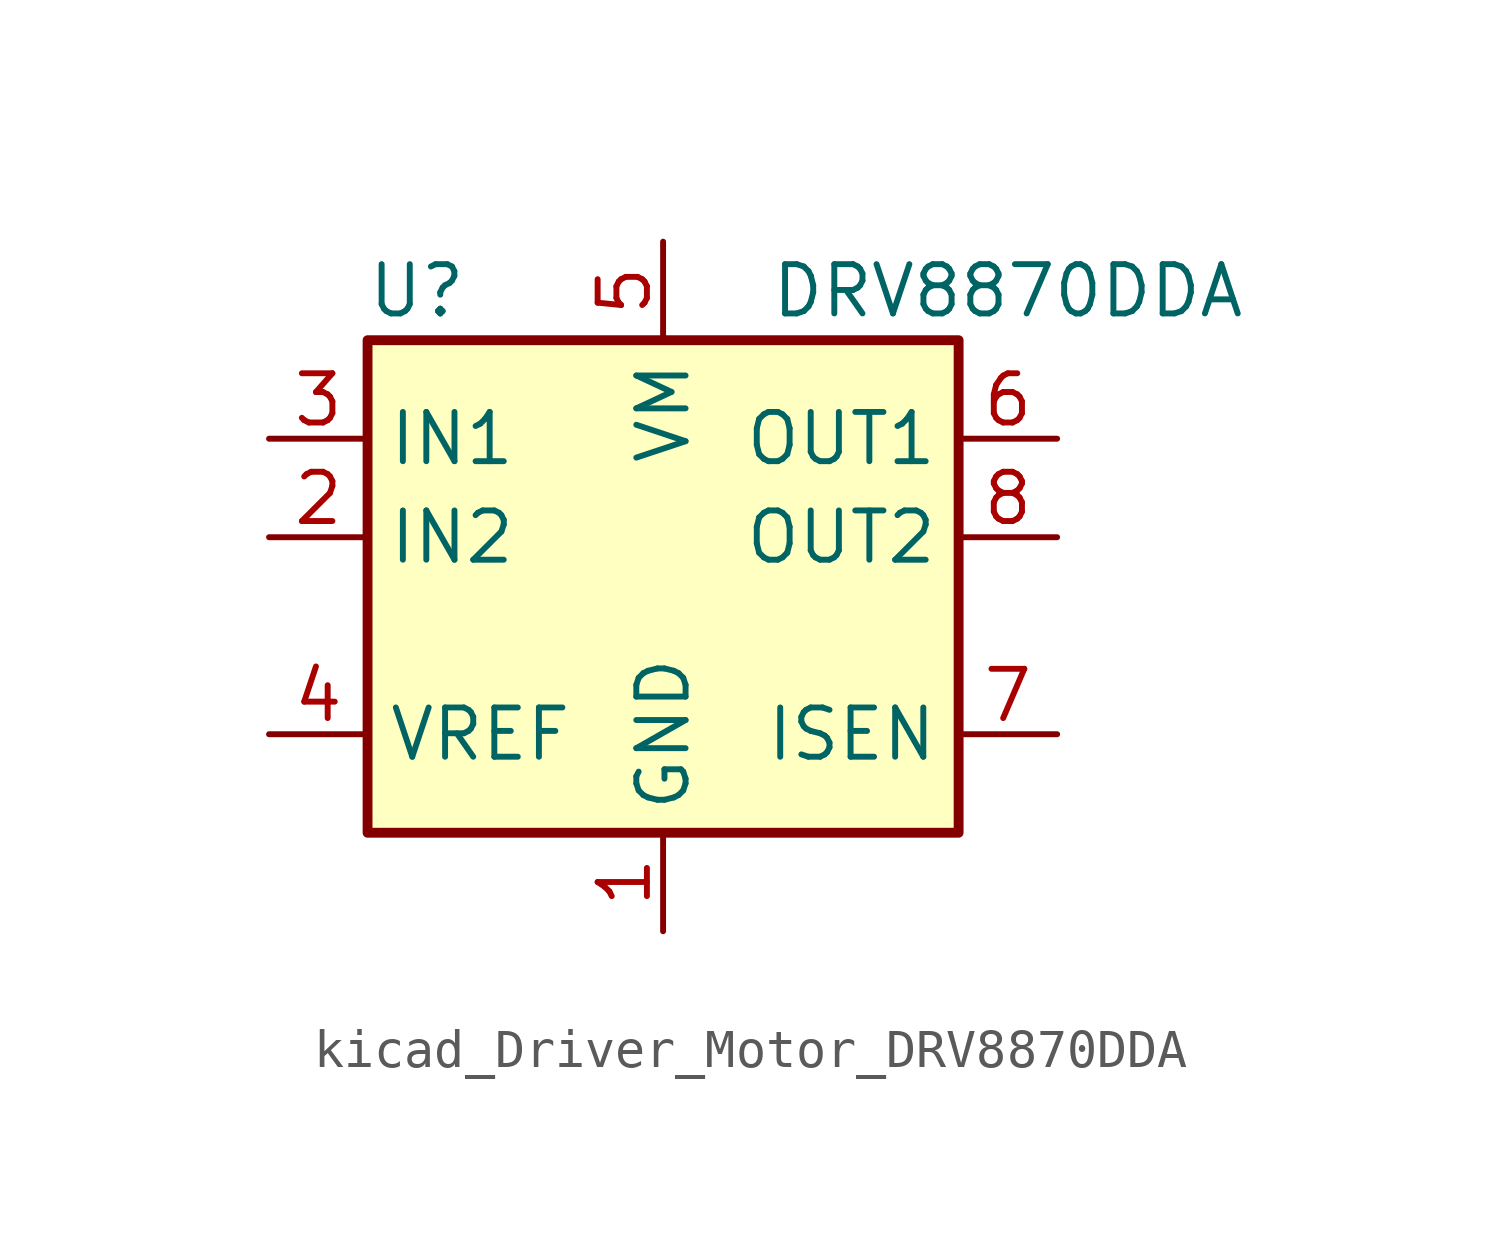
<source format=kicad_sym>
(kicad_symbol_lib
  (version 20220914)
  (generator kicad_symbol_editor)
  (symbol "kicad_Driver_Motor_DRV8870DDA"
    (property "Reference" "U"
      (at -6.35 6.35 0)
      (effects (font (size 1.27 1.27))))
    (property "Value" "DRV8870DDA"
      (at 8.89 6.35 0)
      (effects (font (size 1.27 1.27))))
    (symbol "kicad_Driver_Motor_DRV8870DDA_0_1"
      (rectangle (start -7.62 5.08) (end 7.62 -7.62) (stroke (width 0.254) (type default)) (fill (type background))))
    (symbol "kicad_Driver_Motor_DRV8870DDA_1_1"
      (pin power_in line (at 0 -10.16 90) (length 2.54) (name "GND" (effects (font (size 1.27 1.27)))) (number "1" (effects (font (size 1.27 1.27)))))
      (pin input line (at -10.16 0 0) (length 2.54) (name "IN2" (effects (font (size 1.27 1.27)))) (number "2" (effects (font (size 1.27 1.27)))))
      (pin input line (at -10.16 2.54 0) (length 2.54) (name "IN1" (effects (font (size 1.27 1.27)))) (number "3" (effects (font (size 1.27 1.27)))))
      (pin input line (at -10.16 -5.08 0) (length 2.54) (name "VREF" (effects (font (size 1.27 1.27)))) (number "4" (effects (font (size 1.27 1.27)))))
      (pin power_in line (at 0 7.62 270) (length 2.54) (name "VM" (effects (font (size 1.27 1.27)))) (number "5" (effects (font (size 1.27 1.27)))))
      (pin output line (at 10.16 2.54 180) (length 2.54) (name "OUT1" (effects (font (size 1.27 1.27)))) (number "6" (effects (font (size 1.27 1.27)))))
      (pin passive line (at 10.16 -5.08 180) (length 2.54) (name "ISEN" (effects (font (size 1.27 1.27)))) (number "7" (effects (font (size 1.27 1.27)))))
      (pin output line (at 10.16 0 180) (length 2.54) (name "OUT2" (effects (font (size 1.27 1.27)))) (number "8" (effects (font (size 1.27 1.27)))))
      (pin passive line (at 0 -10.16 90) (length 2.54) hide (name "GND" (effects (font (size 1.27 1.27)))) (number "9" (effects (font (size 1.27 1.27))))))))
</source>
